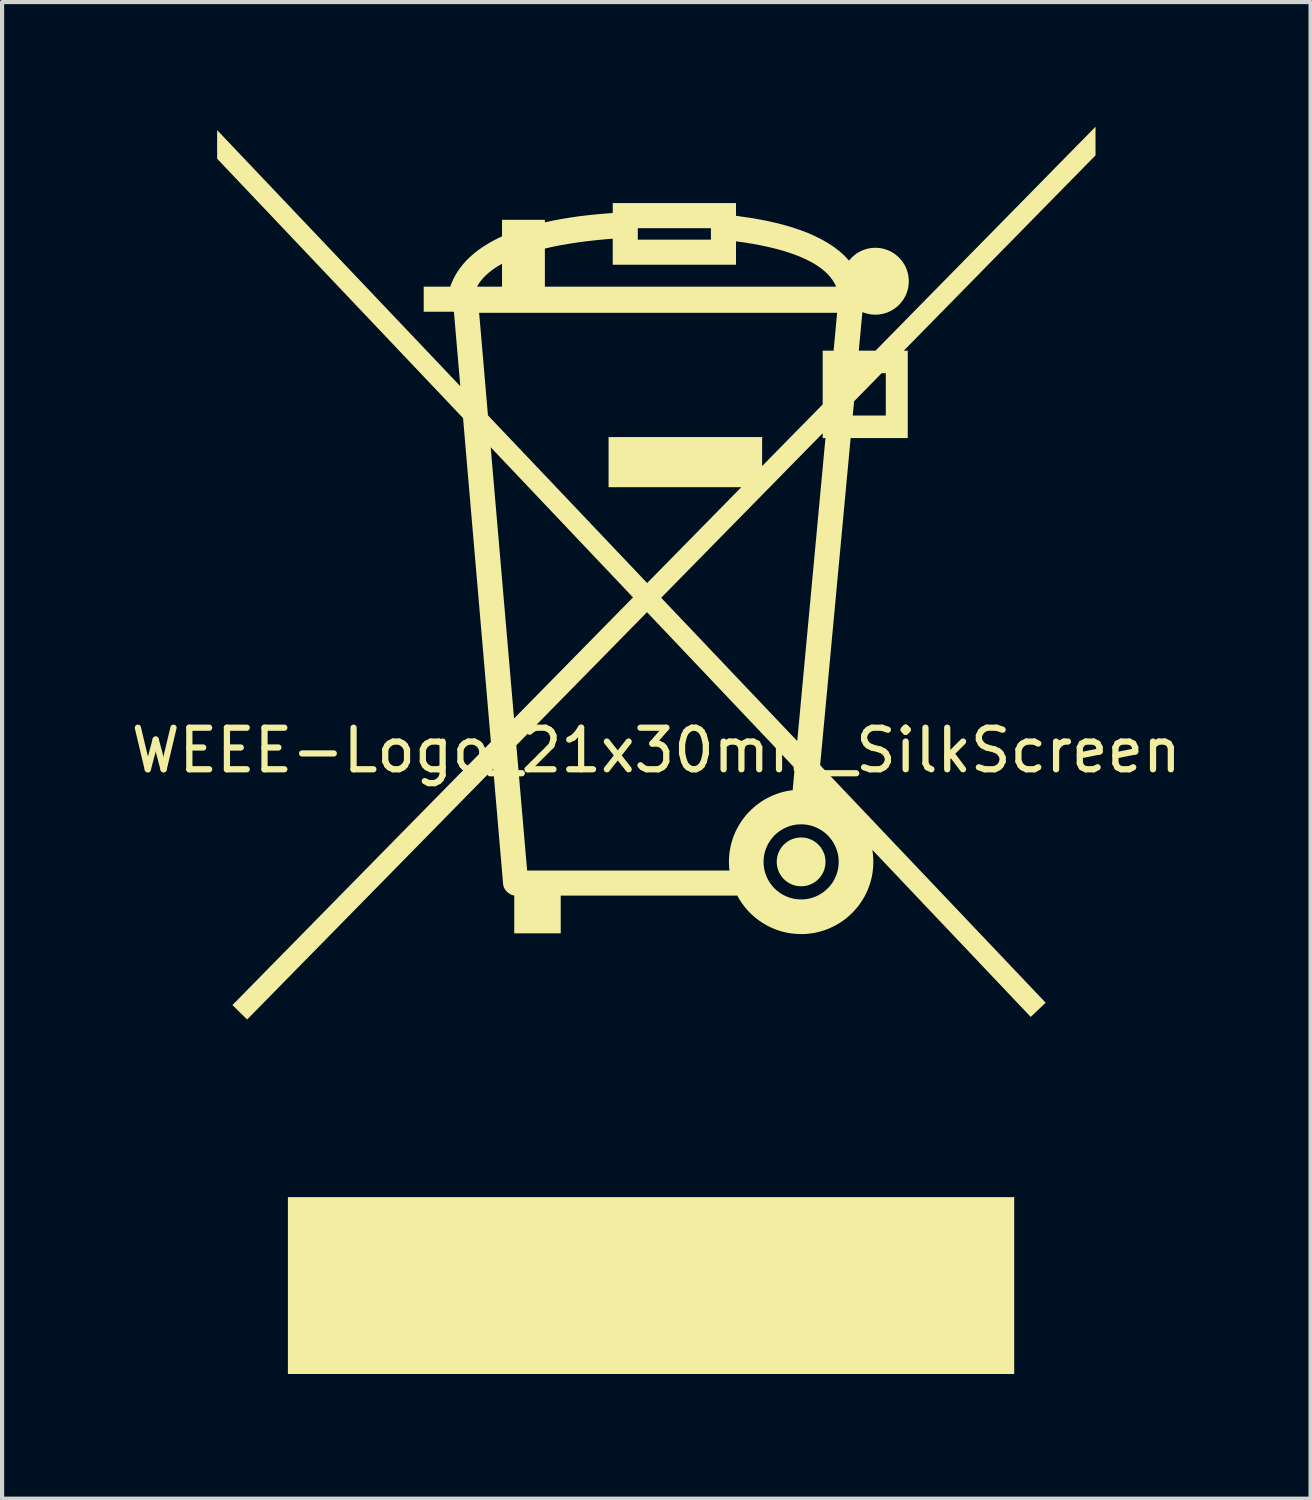
<source format=kicad_pcb>
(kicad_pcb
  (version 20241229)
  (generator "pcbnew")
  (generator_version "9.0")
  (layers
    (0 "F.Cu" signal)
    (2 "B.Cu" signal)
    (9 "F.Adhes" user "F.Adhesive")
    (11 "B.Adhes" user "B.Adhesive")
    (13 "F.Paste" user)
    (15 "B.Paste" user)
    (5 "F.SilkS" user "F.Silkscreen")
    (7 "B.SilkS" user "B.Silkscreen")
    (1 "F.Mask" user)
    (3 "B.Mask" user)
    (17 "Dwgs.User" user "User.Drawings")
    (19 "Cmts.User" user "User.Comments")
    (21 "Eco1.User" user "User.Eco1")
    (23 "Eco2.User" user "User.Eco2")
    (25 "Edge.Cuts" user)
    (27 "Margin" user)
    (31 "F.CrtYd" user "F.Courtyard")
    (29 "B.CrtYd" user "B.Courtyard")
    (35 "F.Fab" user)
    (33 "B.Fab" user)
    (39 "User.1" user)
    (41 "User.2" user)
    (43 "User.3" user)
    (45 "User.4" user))
  (footprint "WEEE-Logo_21x30mm_SilkScreen"
    (layer "F.Cu")
    (at 12.744 15.007)
    (property "Reference" "WEEE-Logo_21x30mm_SilkScreen" (at 0 0 0) (layer "F.SilkS") (effects (font (size 1 1) (thickness 0.15))))
    (attr exclude_from_pos_files exclude_from_bom allow_missing_courtyard)
    (fp_poly (pts (xy 8.612 15.007) (xy -8.866 15.007) (xy -8.866 10.751) (xy 8.612 10.751)) (stroke (width 0) (type solid)) (fill yes) (layer "F.SilkS"))
    (fp_poly (pts (xy 3.515 2.097) (xy 3.544 2.1) (xy 3.574 2.103) (xy 3.603 2.108) (xy 3.631 2.115) (xy 3.659 2.123) (xy 3.686 2.132) (xy 3.713 2.143) (xy 3.739 2.154) (xy 3.764 2.167) (xy 3.789 2.181) (xy 3.812 2.197) (xy 3.835 2.213) (xy 3.858 2.231) (xy 3.879 2.249) (xy 3.899 2.268) (xy 3.919 2.289) (xy 3.937 2.31) (xy 3.955 2.332) (xy 3.971 2.355) (xy 3.986 2.379) (xy 4 2.404) (xy 4.013 2.429) (xy 4.025 2.455) (xy 4.036 2.482) (xy 4.045 2.509) (xy 4.053 2.537) (xy 4.059 2.565) (xy 4.064 2.594) (xy 4.068 2.623) (xy 4.07 2.653) (xy 4.071 2.683) (xy 4.07 2.714) (xy 4.068 2.743) (xy 4.064 2.773) (xy 4.059 2.802) (xy 4.053 2.83) (xy 4.045 2.858) (xy 4.036 2.885) (xy 4.025 2.912) (xy 4.013 2.938) (xy 4 2.963) (xy 3.986 2.988) (xy 3.971 3.011) (xy 3.955 3.034) (xy 3.937 3.057) (xy 3.919 3.078) (xy 3.899 3.098) (xy 3.879 3.118) (xy 3.858 3.136) (xy 3.835 3.154) (xy 3.812 3.17) (xy 3.789 3.185) (xy 3.764 3.199) (xy 3.739 3.212) (xy 3.713 3.224) (xy 3.686 3.235) (xy 3.659 3.244) (xy 3.631 3.252) (xy 3.603 3.258) (xy 3.574 3.263) (xy 3.544 3.267) (xy 3.515 3.269) (xy 3.484 3.27) (xy 3.454 3.269) (xy 3.424 3.267) (xy 3.395 3.263) (xy 3.366 3.258) (xy 3.338 3.252) (xy 3.31 3.244) (xy 3.283 3.235) (xy 3.256 3.224) (xy 3.23 3.212) (xy 3.205 3.199) (xy 3.18 3.185) (xy 3.156 3.17) (xy 3.133 3.154) (xy 3.111 3.136) (xy 3.09 3.118) (xy 3.069 3.098) (xy 3.05 3.078) (xy 3.032 3.057) (xy 3.014 3.034) (xy 2.998 3.011) (xy 2.982 2.988) (xy 2.968 2.963) (xy 2.955 2.938) (xy 2.944 2.912) (xy 2.933 2.885) (xy 2.924 2.858) (xy 2.916 2.83) (xy 2.909 2.802) (xy 2.904 2.773) (xy 2.901 2.743) (xy 2.898 2.714) (xy 2.897 2.683) (xy 2.898 2.653) (xy 2.901 2.623) (xy 2.904 2.594) (xy 2.909 2.565) (xy 2.916 2.537) (xy 2.924 2.509) (xy 2.933 2.482) (xy 2.944 2.455) (xy 2.955 2.429) (xy 2.968 2.404) (xy 2.982 2.379) (xy 2.998 2.355) (xy 3.014 2.332) (xy 3.032 2.31) (xy 3.05 2.289) (xy 3.069 2.268) (xy 3.09 2.249) (xy 3.111 2.231) (xy 3.133 2.213) (xy 3.156 2.197) (xy 3.18 2.181) (xy 3.205 2.167) (xy 3.23 2.154) (xy 3.256 2.143) (xy 3.283 2.132) (xy 3.31 2.123) (xy 3.338 2.115) (xy 3.366 2.108) (xy 3.395 2.103) (xy 3.424 2.1) (xy 3.454 2.097) (xy 3.484 2.096)) (stroke (width 0) (type solid)) (fill yes) (layer "F.SilkS"))
    (fp_poly (pts (xy 10.569 -14.319) (xy 5.954 -9.618) (xy 6.05 -9.618) (xy 6.05 -7.515) (xy 4.676 -7.515) (xy 3.942 0.357) (xy 9.369 6.073) (xy 9.009 6.414) (xy 5.198 2.394) (xy 5.203 2.429) (xy 5.208 2.465) (xy 5.212 2.501) (xy 5.216 2.537) (xy 5.218 2.573) (xy 5.22 2.61) (xy 5.221 2.646) (xy 5.222 2.683) (xy 5.22 2.773) (xy 5.213 2.861) (xy 5.202 2.948) (xy 5.187 3.034) (xy 5.167 3.118) (xy 5.144 3.2) (xy 5.116 3.281) (xy 5.085 3.36) (xy 5.051 3.437) (xy 5.012 3.512) (xy 4.97 3.584) (xy 4.925 3.655) (xy 4.877 3.723) (xy 4.825 3.789) (xy 4.77 3.852) (xy 4.713 3.912) (xy 4.653 3.969) (xy 4.59 4.024) (xy 4.524 4.076) (xy 4.456 4.124) (xy 4.385 4.169) (xy 4.313 4.211) (xy 4.238 4.249) (xy 4.161 4.284) (xy 4.082 4.315) (xy 4.001 4.343) (xy 3.919 4.366) (xy 3.835 4.386) (xy 3.749 4.401) (xy 3.662 4.412) (xy 3.574 4.419) (xy 3.484 4.421) (xy 3.361 4.416) (xy 3.239 4.404) (xy 3.12 4.383) (xy 3.004 4.354) (xy 2.891 4.317) (xy 2.782 4.273) (xy 2.677 4.222) (xy 2.576 4.164) (xy 2.479 4.1) (xy 2.386 4.03) (xy 2.299 3.954) (xy 2.217 3.872) (xy 2.141 3.785) (xy 2.07 3.693) (xy 2.006 3.596) (xy 1.948 3.495) (xy -2.301 3.495) (xy -2.301 4.403) (xy -3.419 4.403) (xy -3.419 3.493) (xy -3.431 3.491) (xy -3.443 3.488) (xy -3.456 3.485) (xy -3.468 3.481) (xy -3.479 3.477) (xy -3.491 3.472) (xy -3.503 3.467) (xy -3.514 3.461) (xy -3.537 3.448) (xy -3.558 3.433) (xy -3.579 3.416) (xy -3.598 3.398) (xy -3.615 3.379) (xy -3.632 3.358) (xy -3.646 3.337) (xy -3.652 3.326) (xy -3.658 3.315) (xy -3.664 3.303) (xy -3.669 3.292) (xy -3.673 3.28) (xy -3.677 3.268) (xy -3.681 3.256) (xy -3.683 3.244) (xy -3.685 3.232) (xy -3.687 3.219) (xy -3.925 0.445) (xy -9.847 6.477) (xy -10.201 6.129) (xy -4.058 -0.122) (xy -3.369 -0.122) (xy -3.109 2.892) (xy 1.759 2.892) (xy 1.756 2.866) (xy 1.754 2.84) (xy 1.752 2.815) (xy 1.75 2.788) (xy 1.749 2.762) (xy 1.748 2.736) (xy 1.747 2.71) (xy 1.747 2.683) (xy 2.581 2.683) (xy 2.582 2.73) (xy 2.585 2.776) (xy 2.591 2.821) (xy 2.599 2.865) (xy 2.609 2.909) (xy 2.621 2.952) (xy 2.636 2.994) (xy 2.652 3.035) (xy 2.67 3.075) (xy 2.69 3.114) (xy 2.712 3.152) (xy 2.735 3.189) (xy 2.76 3.224) (xy 2.787 3.258) (xy 2.815 3.291) (xy 2.845 3.322) (xy 2.877 3.352) (xy 2.91 3.381) (xy 2.944 3.407) (xy 2.979 3.433) (xy 3.016 3.456) (xy 3.054 3.478) (xy 3.093 3.498) (xy 3.133 3.516) (xy 3.174 3.532) (xy 3.216 3.546) (xy 3.259 3.559) (xy 3.302 3.569) (xy 3.347 3.577) (xy 3.392 3.582) (xy 3.438 3.586) (xy 3.484 3.587) (xy 3.531 3.586) (xy 3.577 3.582) (xy 3.622 3.577) (xy 3.666 3.569) (xy 3.71 3.559) (xy 3.753 3.546) (xy 3.795 3.532) (xy 3.836 3.516) (xy 3.876 3.498) (xy 3.915 3.478) (xy 3.953 3.456) (xy 3.99 3.433) (xy 4.025 3.407) (xy 4.059 3.381) (xy 4.092 3.352) (xy 4.123 3.322) (xy 4.153 3.291) (xy 4.182 3.258) (xy 4.208 3.224) (xy 4.234 3.189) (xy 4.257 3.152) (xy 4.279 3.114) (xy 4.299 3.075) (xy 4.317 3.035) (xy 4.333 2.994) (xy 4.347 2.952) (xy 4.36 2.909) (xy 4.37 2.865) (xy 4.378 2.821) (xy 4.383 2.776) (xy 4.387 2.73) (xy 4.388 2.683) (xy 4.387 2.637) (xy 4.383 2.591) (xy 4.378 2.546) (xy 4.37 2.501) (xy 4.36 2.458) (xy 4.347 2.415) (xy 4.333 2.373) (xy 4.317 2.332) (xy 4.299 2.292) (xy 4.279 2.253) (xy 4.257 2.215) (xy 4.234 2.178) (xy 4.208 2.143) (xy 4.182 2.109) (xy 4.153 2.076) (xy 4.123 2.044) (xy 4.092 2.014) (xy 4.059 1.986) (xy 4.025 1.959) (xy 3.99 1.934) (xy 3.953 1.911) (xy 3.915 1.889) (xy 3.876 1.869) (xy 3.836 1.851) (xy 3.795 1.835) (xy 3.753 1.82) (xy 3.71 1.808) (xy 3.666 1.798) (xy 3.622 1.79) (xy 3.577 1.784) (xy 3.531 1.781) (xy 3.484 1.78) (xy 3.438 1.781) (xy 3.392 1.784) (xy 3.347 1.79) (xy 3.302 1.798) (xy 3.259 1.808) (xy 3.216 1.82) (xy 3.174 1.835) (xy 3.133 1.851) (xy 3.093 1.869) (xy 3.054 1.889) (xy 3.016 1.911) (xy 2.979 1.934) (xy 2.944 1.959) (xy 2.91 1.986) (xy 2.877 2.014) (xy 2.845 2.044) (xy 2.815 2.076) (xy 2.787 2.109) (xy 2.76 2.143) (xy 2.735 2.178) (xy 2.712 2.215) (xy 2.69 2.253) (xy 2.67 2.292) (xy 2.652 2.332) (xy 2.636 2.373) (xy 2.621 2.415) (xy 2.609 2.458) (xy 2.599 2.501) (xy 2.591 2.546) (xy 2.585 2.591) (xy 2.582 2.637) (xy 2.581 2.683) (xy 1.747 2.683) (xy 1.749 2.6) (xy 1.755 2.518) (xy 1.764 2.437) (xy 1.777 2.358) (xy 1.794 2.279) (xy 1.814 2.202) (xy 1.838 2.126) (xy 1.865 2.052) (xy 1.895 1.98) (xy 1.929 1.909) (xy 1.965 1.84) (xy 2.004 1.773) (xy 2.047 1.707) (xy 2.092 1.644) (xy 2.139 1.583) (xy 2.19 1.524) (xy 2.243 1.468) (xy 2.298 1.414) (xy 2.356 1.362) (xy 2.416 1.313) (xy 2.478 1.267) (xy 2.542 1.223) (xy 2.608 1.182) (xy 2.677 1.145) (xy 2.747 1.11) (xy 2.818 1.078) (xy 2.892 1.049) (xy 2.967 1.024) (xy 3.043 1.002) (xy 3.121 0.984) (xy 3.2 0.969) (xy 3.281 0.958) (xy 3.33 0.424) (xy -0.224 -3.325) (xy -3.369 -0.122) (xy -4.058 -0.122) (xy -3.981 -0.201) (xy -4.591 -7.294) (xy -3.986 -7.294) (xy -3.424 -0.767) (xy -0.57 -3.672) (xy 0.117 -3.672) (xy 3.391 -0.224) (xy 4.07 -7.515) (xy 4.003 -7.515) (xy 4.003 -7.631) (xy 0.117 -3.672) (xy -0.57 -3.672) (xy -0.561 -3.681) (xy -3.986 -7.294) (xy -4.591 -7.294) (xy -4.651 -7.996) (xy -10.569 -14.238) (xy -10.569 -14.926) (xy -4.717 -8.763) (xy -4.869 -10.53) (xy -4.264 -10.53) (xy -4.052 -8.062) (xy -0.221 -4.027) (xy 2.045 -6.333) (xy -1.149 -6.333) (xy -1.149 -7.54) (xy 2.546 -7.54) (xy 2.546 -6.842) (xy 3.74 -8.057) (xy 4.727 -8.057) (xy 5.522 -8.057) (xy 5.522 -9.076) (xy 5.421 -9.076) (xy 4.759 -8.4) (xy 4.727 -8.057) (xy 3.74 -8.057) (xy 4.003 -8.325) (xy 4.003 -9.618) (xy 4.266 -9.618) (xy 4.351 -10.53) (xy -4.264 -10.53) (xy -4.869 -10.53) (xy -4.872 -10.555) (xy -5.598 -10.555) (xy -5.598 -11.159) (xy -4.959 -11.159) (xy -4.959 -11.159) (xy -4.314 -11.159) (xy -3.713 -11.159) (xy -3.713 -11.708) (xy -3.764 -11.68) (xy -3.813 -11.651) (xy -3.86 -11.621) (xy -3.906 -11.59) (xy -3.95 -11.559) (xy -3.992 -11.527) (xy -4.033 -11.494) (xy -4.072 -11.46) (xy -4.109 -11.426) (xy -4.144 -11.39) (xy -4.178 -11.354) (xy -4.209 -11.317) (xy -4.238 -11.279) (xy -4.266 -11.24) (xy -4.291 -11.2) (xy -4.314 -11.159) (xy -4.959 -11.159) (xy -4.955 -11.172) (xy -4.95 -11.185) (xy -4.945 -11.199) (xy -4.94 -11.214) (xy -4.934 -11.229) (xy -4.928 -11.244) (xy -4.921 -11.26) (xy -4.914 -11.276) (xy -4.872 -11.367) (xy -4.824 -11.454) (xy -4.771 -11.538) (xy -4.714 -11.619) (xy -4.652 -11.697) (xy -4.586 -11.772) (xy -4.515 -11.844) (xy -4.44 -11.913) (xy -4.361 -11.98) (xy -4.279 -12.043) (xy -4.232 -12.076) (xy -2.682 -12.076) (xy -2.682 -11.159) (xy 4.327 -11.159) (xy 4.299 -11.219) (xy 4.267 -11.276) (xy 4.23 -11.332) (xy 4.189 -11.386) (xy 4.143 -11.438) (xy 4.094 -11.489) (xy 4.041 -11.537) (xy 3.985 -11.584) (xy 3.925 -11.628) (xy 3.861 -11.672) (xy 3.795 -11.713) (xy 3.725 -11.753) (xy 3.577 -11.827) (xy 3.419 -11.896) (xy 3.251 -11.958) (xy 3.076 -12.015) (xy 2.893 -12.066) (xy 2.705 -12.112) (xy 2.512 -12.153) (xy 2.315 -12.19) (xy 2.117 -12.222) (xy 1.917 -12.249) (xy 1.917 -11.686) (xy -1.049 -11.686) (xy -1.049 -12.29) (xy -0.446 -12.29) (xy 1.314 -12.29) (xy 1.314 -12.566) (xy -0.446 -12.566) (xy -0.446 -12.29) (xy -1.049 -12.29) (xy -1.049 -12.313) (xy -1.248 -12.297) (xy -1.451 -12.277) (xy -1.657 -12.254) (xy -1.864 -12.227) (xy -2.072 -12.196) (xy -2.278 -12.161) (xy -2.482 -12.121) (xy -2.682 -12.076) (xy -4.232 -12.076) (xy -4.192 -12.104) (xy -4.103 -12.162) (xy -4.01 -12.217) (xy -3.914 -12.27) (xy -3.815 -12.321) (xy -3.713 -12.369) (xy -3.713 -12.768) (xy -2.682 -12.768) (xy -2.682 -12.706) (xy -2.48 -12.75) (xy -2.275 -12.788) (xy -2.069 -12.822) (xy -1.863 -12.852) (xy -1.656 -12.877) (xy -1.452 -12.898) (xy -1.249 -12.916) (xy -1.049 -12.931) (xy -1.049 -13.17) (xy 1.917 -13.17) (xy 1.917 -12.864) (xy 2.318 -12.806) (xy 2.518 -12.77) (xy 2.716 -12.73) (xy 2.911 -12.685) (xy 3.102 -12.635) (xy 3.29 -12.579) (xy 3.472 -12.517) (xy 3.648 -12.45) (xy 3.816 -12.376) (xy 3.978 -12.296) (xy 4.13 -12.208) (xy 4.274 -12.114) (xy 4.406 -12.012) (xy 4.528 -11.903) (xy 4.638 -11.786) (xy 4.666 -11.82) (xy 4.697 -11.853) (xy 4.729 -11.884) (xy 4.763 -11.913) (xy 4.798 -11.941) (xy 4.835 -11.966) (xy 4.873 -11.989) (xy 4.913 -12.01) (xy 4.954 -12.029) (xy 4.996 -12.046) (xy 5.04 -12.06) (xy 5.084 -12.072) (xy 5.13 -12.082) (xy 5.176 -12.088) (xy 5.223 -12.093) (xy 5.271 -12.094) (xy 5.312 -12.093) (xy 5.353 -12.09) (xy 5.393 -12.085) (xy 5.433 -12.078) (xy 5.472 -12.069) (xy 5.51 -12.058) (xy 5.547 -12.045) (xy 5.584 -12.031) (xy 5.619 -12.015) (xy 5.654 -11.997) (xy 5.688 -11.978) (xy 5.72 -11.957) (xy 5.752 -11.934) (xy 5.782 -11.91) (xy 5.812 -11.885) (xy 5.84 -11.858) (xy 5.866 -11.83) (xy 5.891 -11.801) (xy 5.915 -11.771) (xy 5.938 -11.739) (xy 5.959 -11.707) (xy 5.978 -11.673) (xy 5.996 -11.638) (xy 6.012 -11.603) (xy 6.026 -11.566) (xy 6.039 -11.529) (xy 6.05 -11.491) (xy 6.059 -11.452) (xy 6.066 -11.412) (xy 6.071 -11.372) (xy 6.074 -11.331) (xy 6.075 -11.29) (xy 6.074 -11.248) (xy 6.071 -11.207) (xy 6.066 -11.167) (xy 6.059 -11.128) (xy 6.05 -11.089) (xy 6.039 -11.05) (xy 6.026 -11.013) (xy 6.012 -10.977) (xy 5.996 -10.941) (xy 5.978 -10.906) (xy 5.959 -10.873) (xy 5.938 -10.84) (xy 5.915 -10.808) (xy 5.891 -10.778) (xy 5.866 -10.749) (xy 5.84 -10.721) (xy 5.812 -10.694) (xy 5.782 -10.669) (xy 5.752 -10.645) (xy 5.72 -10.623) (xy 5.688 -10.602) (xy 5.654 -10.582) (xy 5.619 -10.565) (xy 5.584 -10.549) (xy 5.547 -10.534) (xy 5.51 -10.521) (xy 5.472 -10.511) (xy 5.433 -10.502) (xy 5.393 -10.495) (xy 5.353 -10.489) (xy 5.312 -10.486) (xy 5.271 -10.485) (xy 5.25 -10.486) (xy 5.23 -10.486) (xy 5.209 -10.488) (xy 5.189 -10.489) (xy 5.169 -10.492) (xy 5.149 -10.494) (xy 5.129 -10.498) (xy 5.109 -10.502) (xy 5.09 -10.506) (xy 5.071 -10.51) (xy 5.051 -10.516) (xy 5.032 -10.521) (xy 5.014 -10.527) (xy 4.995 -10.534) (xy 4.977 -10.541) (xy 4.959 -10.548) (xy 4.872 -9.618) (xy 5.274 -9.618) (xy 10.569 -15.007)) (stroke (width 0) (type solid)) (fill yes) (layer "F.SilkS")))
  (gr_rect
    (start -3 -3)
    (end 28.488 33.014)
    (stroke (width 0.1) (type default))
    (fill no)
    (layer "Edge.Cuts")))
</source>
